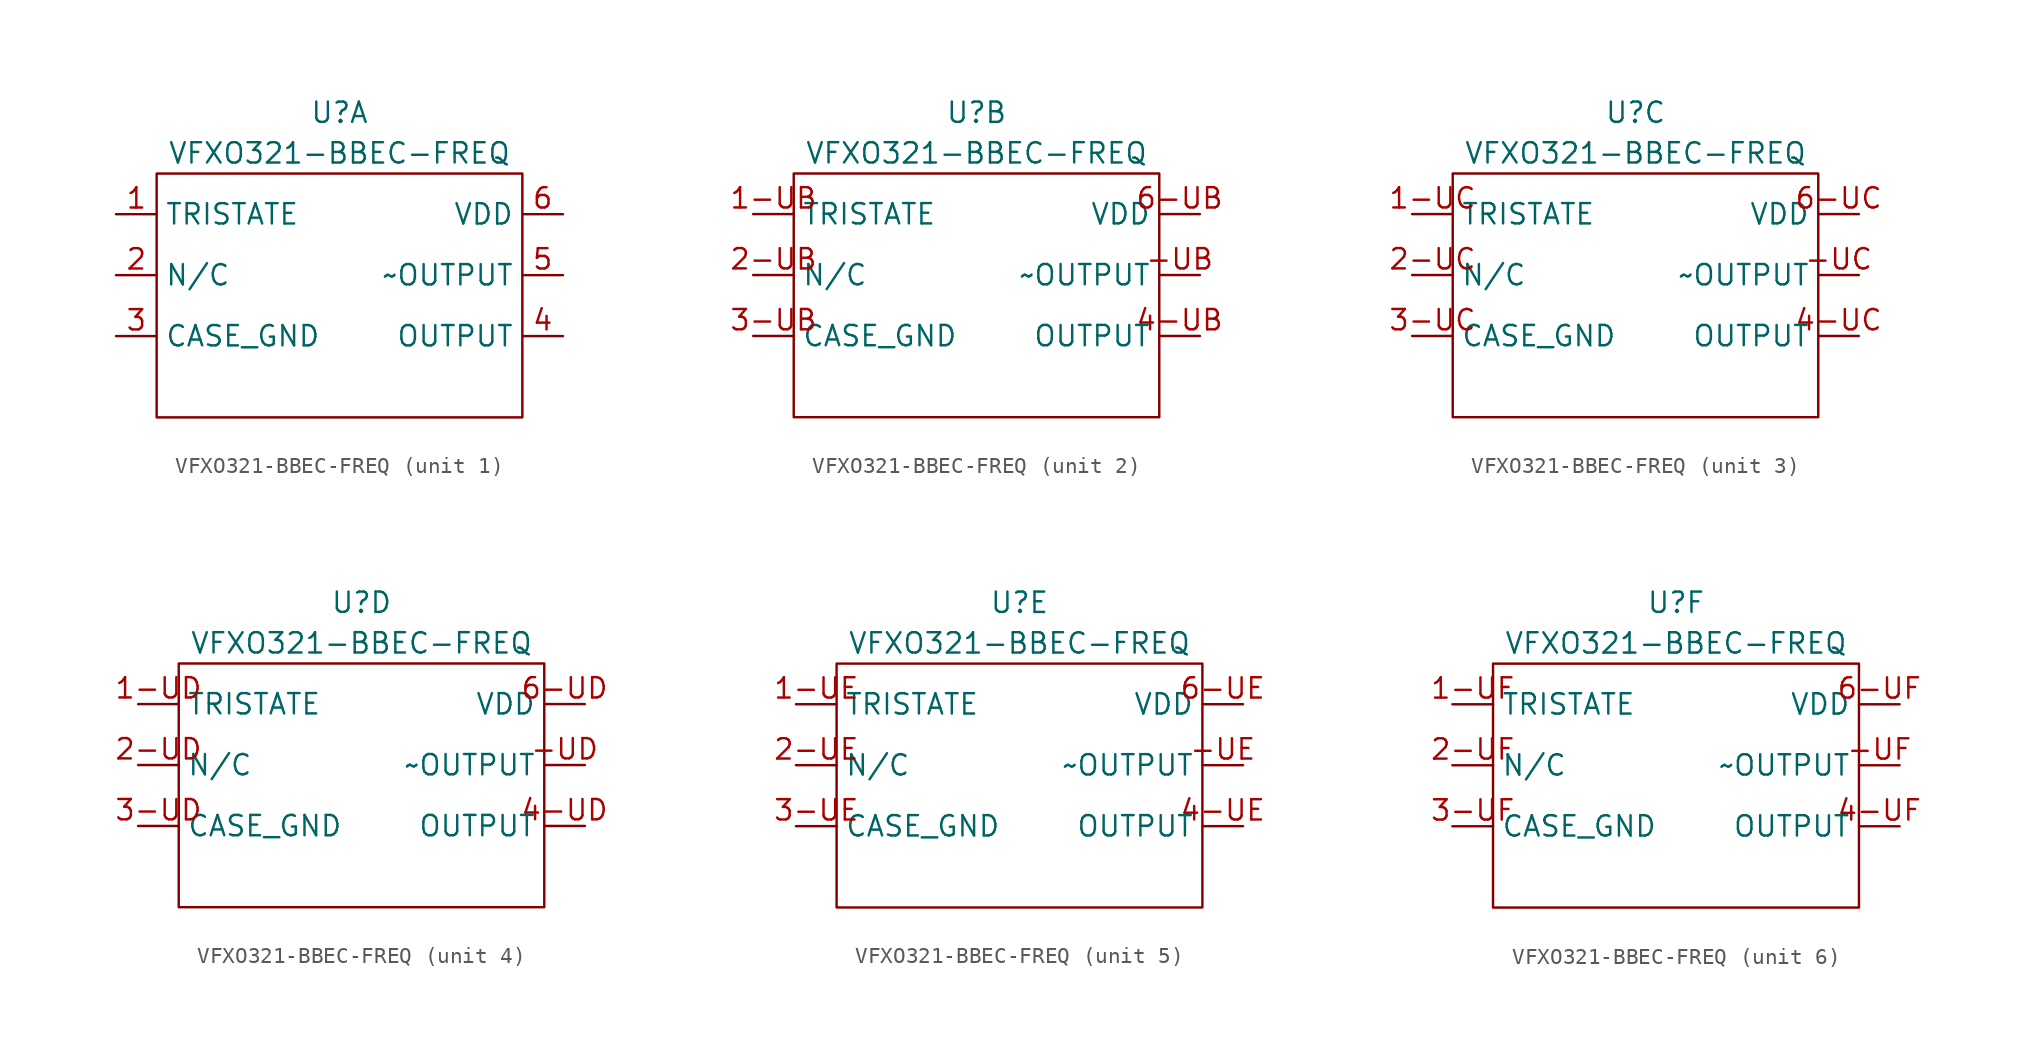
<source format=kicad_sym>
(kicad_symbol_lib
  (version 20211014)
  (generator kicad_symbol_editor)
  (symbol "VFXO321-BBEC-FREQ"
    (property "Reference" "U"
      (at 0 7.62 0)
      (effects (font (size 1.27 1.27))))
    (property "Value" "VFXO321-BBEC-FREQ"
      (at 0 5.08 0)
      (effects (font (size 1.27 1.27))))
    (symbol "VFXO321-BBEC-FREQ_0_1"
      (rectangle (start -11.43 3.81) (end 11.43 -11.43) (stroke (width 0.152) (type default) (color 0 0 0 0)) (fill (type none))))
    (symbol "VFXO321-BBEC-FREQ_1_1"
      (pin input line (at -13.97 1.27 0) (length 2.54) (name "TRISTATE" (effects (font (size 1.27 1.27)))) (number "1" (effects (font (size 1.27 1.27)))))
      (pin input line (at -13.97 -2.54 0) (length 2.54) (name "N/C" (effects (font (size 1.27 1.27)))) (number "2" (effects (font (size 1.27 1.27)))))
      (pin input line (at -13.97 -6.35 0) (length 2.54) (name "CASE_GND" (effects (font (size 1.27 1.27)))) (number "3" (effects (font (size 1.27 1.27)))))
      (pin input line (at 13.97 -6.35 180) (length 2.54) (name "OUTPUT" (effects (font (size 1.27 1.27)))) (number "4" (effects (font (size 1.27 1.27)))))
      (pin input line (at 13.97 -2.54 180) (length 2.54) (name "~OUTPUT" (effects (font (size 1.27 1.27)))) (number "5" (effects (font (size 1.27 1.27)))))
      (pin input line (at 13.97 1.27 180) (length 2.54) (name "VDD" (effects (font (size 1.27 1.27)))) (number "6" (effects (font (size 1.27 1.27))))))
    (symbol "VFXO321-BBEC-FREQ_2_1"
      (pin input line (at 13.97 -2.54 180) (length 2.54) (name "~OUTPUT" (effects (font (size 1.27 1.27)))) (number "-UB" (effects (font (size 1.27 1.27)))))
      (pin input line (at -13.97 1.27 0) (length 2.54) (name "TRISTATE" (effects (font (size 1.27 1.27)))) (number "1-UB" (effects (font (size 1.27 1.27)))))
      (pin input line (at -13.97 -2.54 0) (length 2.54) (name "N/C" (effects (font (size 1.27 1.27)))) (number "2-UB" (effects (font (size 1.27 1.27)))))
      (pin input line (at -13.97 -6.35 0) (length 2.54) (name "CASE_GND" (effects (font (size 1.27 1.27)))) (number "3-UB" (effects (font (size 1.27 1.27)))))
      (pin input line (at 13.97 -6.35 180) (length 2.54) (name "OUTPUT" (effects (font (size 1.27 1.27)))) (number "4-UB" (effects (font (size 1.27 1.27)))))
      (pin input line (at 13.97 1.27 180) (length 2.54) (name "VDD" (effects (font (size 1.27 1.27)))) (number "6-UB" (effects (font (size 1.27 1.27))))))
    (symbol "VFXO321-BBEC-FREQ_3_1"
      (pin input line (at 13.97 -2.54 180) (length 2.54) (name "~OUTPUT" (effects (font (size 1.27 1.27)))) (number "-UC" (effects (font (size 1.27 1.27)))))
      (pin input line (at -13.97 1.27 0) (length 2.54) (name "TRISTATE" (effects (font (size 1.27 1.27)))) (number "1-UC" (effects (font (size 1.27 1.27)))))
      (pin input line (at -13.97 -2.54 0) (length 2.54) (name "N/C" (effects (font (size 1.27 1.27)))) (number "2-UC" (effects (font (size 1.27 1.27)))))
      (pin input line (at -13.97 -6.35 0) (length 2.54) (name "CASE_GND" (effects (font (size 1.27 1.27)))) (number "3-UC" (effects (font (size 1.27 1.27)))))
      (pin input line (at 13.97 -6.35 180) (length 2.54) (name "OUTPUT" (effects (font (size 1.27 1.27)))) (number "4-UC" (effects (font (size 1.27 1.27)))))
      (pin input line (at 13.97 1.27 180) (length 2.54) (name "VDD" (effects (font (size 1.27 1.27)))) (number "6-UC" (effects (font (size 1.27 1.27))))))
    (symbol "VFXO321-BBEC-FREQ_4_1"
      (pin input line (at 13.97 -2.54 180) (length 2.54) (name "~OUTPUT" (effects (font (size 1.27 1.27)))) (number "-UD" (effects (font (size 1.27 1.27)))))
      (pin input line (at -13.97 1.27 0) (length 2.54) (name "TRISTATE" (effects (font (size 1.27 1.27)))) (number "1-UD" (effects (font (size 1.27 1.27)))))
      (pin input line (at -13.97 -2.54 0) (length 2.54) (name "N/C" (effects (font (size 1.27 1.27)))) (number "2-UD" (effects (font (size 1.27 1.27)))))
      (pin input line (at -13.97 -6.35 0) (length 2.54) (name "CASE_GND" (effects (font (size 1.27 1.27)))) (number "3-UD" (effects (font (size 1.27 1.27)))))
      (pin input line (at 13.97 -6.35 180) (length 2.54) (name "OUTPUT" (effects (font (size 1.27 1.27)))) (number "4-UD" (effects (font (size 1.27 1.27)))))
      (pin input line (at 13.97 1.27 180) (length 2.54) (name "VDD" (effects (font (size 1.27 1.27)))) (number "6-UD" (effects (font (size 1.27 1.27))))))
    (symbol "VFXO321-BBEC-FREQ_5_1"
      (pin input line (at 13.97 -2.54 180) (length 2.54) (name "~OUTPUT" (effects (font (size 1.27 1.27)))) (number "-UE" (effects (font (size 1.27 1.27)))))
      (pin input line (at -13.97 1.27 0) (length 2.54) (name "TRISTATE" (effects (font (size 1.27 1.27)))) (number "1-UE" (effects (font (size 1.27 1.27)))))
      (pin input line (at -13.97 -2.54 0) (length 2.54) (name "N/C" (effects (font (size 1.27 1.27)))) (number "2-UE" (effects (font (size 1.27 1.27)))))
      (pin input line (at -13.97 -6.35 0) (length 2.54) (name "CASE_GND" (effects (font (size 1.27 1.27)))) (number "3-UE" (effects (font (size 1.27 1.27)))))
      (pin input line (at 13.97 -6.35 180) (length 2.54) (name "OUTPUT" (effects (font (size 1.27 1.27)))) (number "4-UE" (effects (font (size 1.27 1.27)))))
      (pin input line (at 13.97 1.27 180) (length 2.54) (name "VDD" (effects (font (size 1.27 1.27)))) (number "6-UE" (effects (font (size 1.27 1.27))))))
    (symbol "VFXO321-BBEC-FREQ_6_1"
      (pin input line (at 13.97 -2.54 180) (length 2.54) (name "~OUTPUT" (effects (font (size 1.27 1.27)))) (number "-UF" (effects (font (size 1.27 1.27)))))
      (pin input line (at -13.97 1.27 0) (length 2.54) (name "TRISTATE" (effects (font (size 1.27 1.27)))) (number "1-UF" (effects (font (size 1.27 1.27)))))
      (pin input line (at -13.97 -2.54 0) (length 2.54) (name "N/C" (effects (font (size 1.27 1.27)))) (number "2-UF" (effects (font (size 1.27 1.27)))))
      (pin input line (at -13.97 -6.35 0) (length 2.54) (name "CASE_GND" (effects (font (size 1.27 1.27)))) (number "3-UF" (effects (font (size 1.27 1.27)))))
      (pin input line (at 13.97 -6.35 180) (length 2.54) (name "OUTPUT" (effects (font (size 1.27 1.27)))) (number "4-UF" (effects (font (size 1.27 1.27)))))
      (pin input line (at 13.97 1.27 180) (length 2.54) (name "VDD" (effects (font (size 1.27 1.27)))) (number "6-UF" (effects (font (size 1.27 1.27))))))))
</source>
